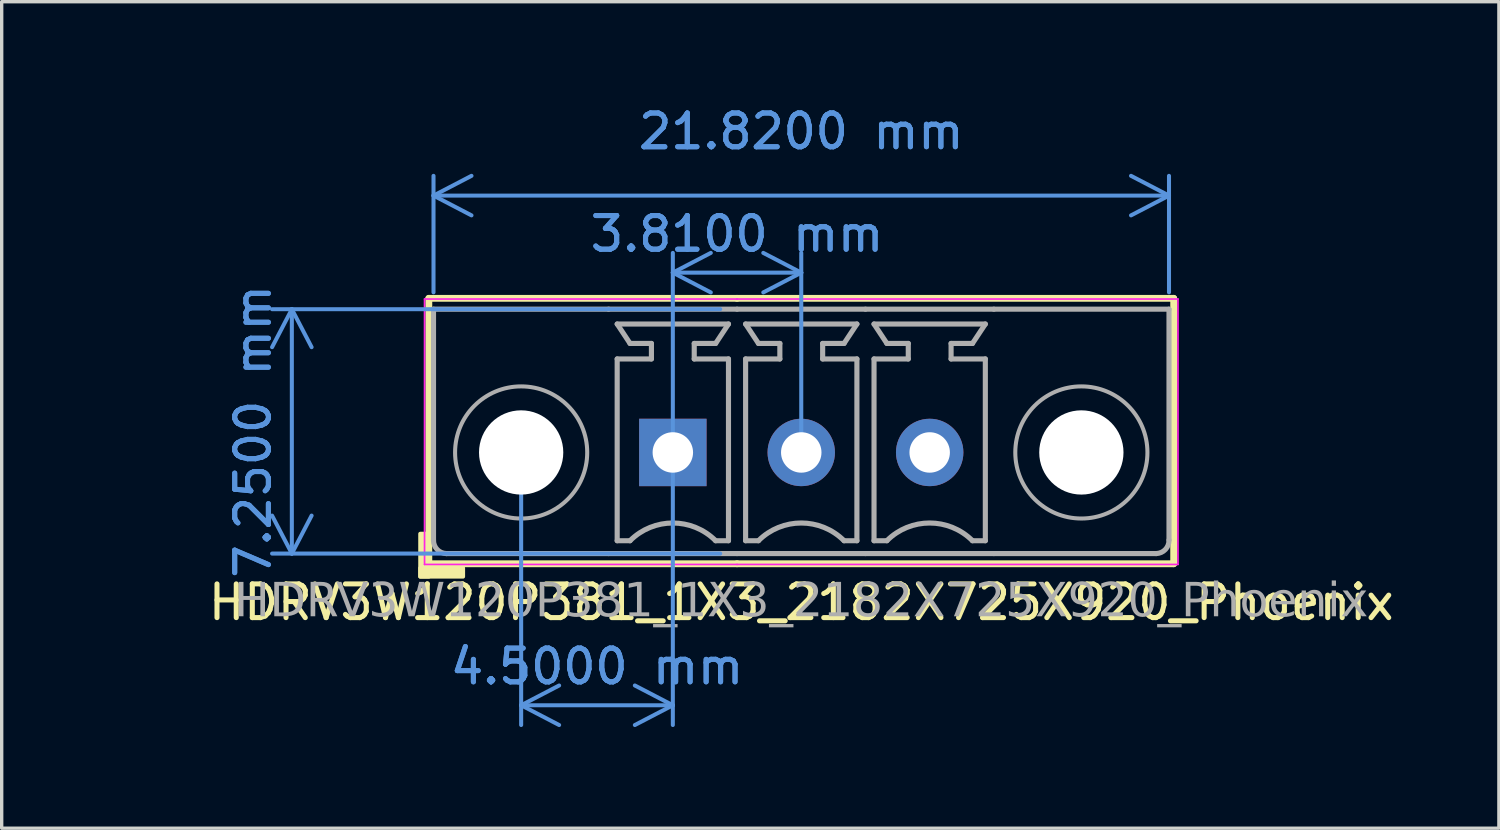
<source format=kicad_pcb>
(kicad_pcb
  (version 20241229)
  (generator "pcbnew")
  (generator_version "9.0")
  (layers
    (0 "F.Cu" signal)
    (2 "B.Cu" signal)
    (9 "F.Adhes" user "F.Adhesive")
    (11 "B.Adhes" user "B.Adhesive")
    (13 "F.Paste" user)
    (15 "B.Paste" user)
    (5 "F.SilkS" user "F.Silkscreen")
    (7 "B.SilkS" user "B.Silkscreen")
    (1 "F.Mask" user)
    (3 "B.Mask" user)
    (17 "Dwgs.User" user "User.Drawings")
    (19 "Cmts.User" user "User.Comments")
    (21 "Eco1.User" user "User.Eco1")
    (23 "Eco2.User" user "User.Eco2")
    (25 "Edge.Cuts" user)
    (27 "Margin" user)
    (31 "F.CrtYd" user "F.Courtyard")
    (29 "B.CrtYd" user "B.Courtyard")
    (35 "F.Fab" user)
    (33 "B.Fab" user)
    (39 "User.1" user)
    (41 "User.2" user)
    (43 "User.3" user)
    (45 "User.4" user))
  (footprint "HDRV3W120P381_1X3_2182X725X920_Phoenix"
    (layer "F.Cu")
    (at 20.721 10.373)
    (property "Reference" "HDRV3W120P381_1X3_2182X725X920_Phoenix" (at 0 4.445 0) (layer "F.SilkS") (effects (font (size 1 1) (thickness 0.15))))
    (attr through_hole)
    (fp_line (start -11.049 -4.572) (end -11.049 3.302) (stroke (width 0.203) (type solid)) (layer "F.SilkS"))
    (fp_line (start -11.049 3.302) (end -1.905 3.302) (stroke (width 0.203) (type solid)) (layer "F.SilkS"))
    (fp_line (start -1.905 -4.572) (end -11.049 -4.572) (stroke (width 0.203) (type solid)) (layer "F.SilkS"))
    (fp_line (start -1.905 -4.572) (end 11.049 -4.572) (stroke (width 0.203) (type solid)) (layer "F.SilkS"))
    (fp_line (start 11.049 -4.572) (end 11.049 3.302) (stroke (width 0.203) (type solid)) (layer "F.SilkS"))
    (fp_line (start 11.049 3.302) (end -1.905 3.302) (stroke (width 0.203) (type solid)) (layer "F.SilkS"))
    (fp_rect (start -11.049 2.413) (end -11.303 3.683) (stroke (width 0.12) (type solid)) (fill yes) (layer "F.SilkS"))
    (fp_rect (start -10.033 3.683) (end -11.303 3.429) (stroke (width 0.12) (type solid)) (fill yes) (layer "F.SilkS"))
    (fp_line (start -11.176 3.322) (end -11.176 -4.552) (stroke (width 0.05) (type solid)) (layer "F.CrtYd"))
    (fp_line (start -1.905 -4.552) (end -11.176 -4.552) (stroke (width 0.05) (type solid)) (layer "F.CrtYd"))
    (fp_line (start -1.905 -4.552) (end 11.176 -4.552) (stroke (width 0.05) (type solid)) (layer "F.CrtYd"))
    (fp_line (start -1.905 3.322) (end -11.176 3.322) (stroke (width 0.05) (type solid)) (layer "F.CrtYd"))
    (fp_line (start -1.905 3.322) (end 11.176 3.322) (stroke (width 0.05) (type solid)) (layer "F.CrtYd"))
    (fp_line (start 11.176 3.322) (end 11.176 -4.552) (stroke (width 0.05) (type solid)) (layer "F.CrtYd"))
    (fp_line (start -10.91 -4.25) (end -10.91 2.6) (stroke (width 0.152) (type solid)) (layer "F.Fab"))
    (fp_line (start -10.91 -4.25) (end -5.715 -4.25) (stroke (width 0.152) (type solid)) (layer "F.Fab"))
    (fp_line (start -5.715 3) (end -10.529 3) (stroke (width 0.152) (type solid)) (layer "F.Fab"))
    (fp_line (start -5.461 -3.81) (end -2.159 -3.81) (stroke (width 0.152) (type default)) (layer "F.Fab"))
    (fp_line (start -5.461 -2.774) (end -4.445 -2.774) (stroke (width 0.152) (type default)) (layer "F.Fab"))
    (fp_line (start -5.461 2.619) (end -5.461 -2.774) (stroke (width 0.152) (type default)) (layer "F.Fab"))
    (fp_line (start -5.08 -3.234) (end -5.461 -3.81) (stroke (width 0.152) (type default)) (layer "F.Fab"))
    (fp_line (start -5.08 2.619) (end -5.461 2.619) (stroke (width 0.152) (type default)) (layer "F.Fab"))
    (fp_line (start -4.445 -3.234) (end -5.08 -3.234) (stroke (width 0.152) (type default)) (layer "F.Fab"))
    (fp_line (start -4.445 -2.774) (end -4.445 -3.234) (stroke (width 0.152) (type default)) (layer "F.Fab"))
    (fp_line (start -3.175 -3.234) (end -2.54 -3.234) (stroke (width 0.152) (type default)) (layer "F.Fab"))
    (fp_line (start -3.175 -2.774) (end -3.175 -3.234) (stroke (width 0.152) (type default)) (layer "F.Fab"))
    (fp_line (start -2.54 -3.234) (end -2.159 -3.81) (stroke (width 0.152) (type default)) (layer "F.Fab"))
    (fp_line (start -2.54 2.619) (end -2.159 2.619) (stroke (width 0.152) (type default)) (layer "F.Fab"))
    (fp_line (start -2.159 -2.774) (end -3.175 -2.774) (stroke (width 0.152) (type default)) (layer "F.Fab"))
    (fp_line (start -2.159 2.619) (end -2.159 -2.774) (stroke (width 0.152) (type default)) (layer "F.Fab"))
    (fp_line (start -1.905 -4.25) (end -5.715 -4.25) (stroke (width 0.152) (type solid)) (layer "F.Fab"))
    (fp_line (start -1.905 -4.25) (end 1.905 -4.25) (stroke (width 0.152) (type solid)) (layer "F.Fab"))
    (fp_line (start -1.905 3) (end -5.715 3) (stroke (width 0.152) (type solid)) (layer "F.Fab"))
    (fp_line (start -1.905 3) (end 1.905 3) (stroke (width 0.152) (type solid)) (layer "F.Fab"))
    (fp_line (start -1.651 -2.774) (end -0.635 -2.774) (stroke (width 0.152) (type default)) (layer "F.Fab"))
    (fp_line (start -1.651 2.619) (end -1.651 -2.774) (stroke (width 0.152) (type default)) (layer "F.Fab"))
    (fp_line (start -1.27 -3.234) (end -1.651 -3.81) (stroke (width 0.152) (type default)) (layer "F.Fab"))
    (fp_line (start -1.27 2.619) (end -1.651 2.619) (stroke (width 0.152) (type default)) (layer "F.Fab"))
    (fp_line (start -0.635 -3.234) (end -1.27 -3.234) (stroke (width 0.152) (type default)) (layer "F.Fab"))
    (fp_line (start -0.635 -2.774) (end -0.635 -3.234) (stroke (width 0.152) (type default)) (layer "F.Fab"))
    (fp_line (start 0.635 -3.234) (end 1.27 -3.234) (stroke (width 0.152) (type default)) (layer "F.Fab"))
    (fp_line (start 0.635 -2.774) (end 0.635 -3.234) (stroke (width 0.152) (type default)) (layer "F.Fab"))
    (fp_line (start 1.27 -3.234) (end 1.651 -3.81) (stroke (width 0.152) (type default)) (layer "F.Fab"))
    (fp_line (start 1.27 2.619) (end 1.651 2.619) (stroke (width 0.152) (type default)) (layer "F.Fab"))
    (fp_line (start 1.651 -3.81) (end -1.651 -3.81) (stroke (width 0.152) (type default)) (layer "F.Fab"))
    (fp_line (start 1.651 -2.774) (end 0.635 -2.774) (stroke (width 0.152) (type default)) (layer "F.Fab"))
    (fp_line (start 1.651 2.619) (end 1.651 -2.774) (stroke (width 0.152) (type default)) (layer "F.Fab"))
    (fp_line (start 1.905 -4.25) (end 5.715 -4.25) (stroke (width 0.152) (type solid)) (layer "F.Fab"))
    (fp_line (start 1.905 3) (end 5.715 3) (stroke (width 0.152) (type solid)) (layer "F.Fab"))
    (fp_line (start 2.159 -2.774) (end 3.175 -2.774) (stroke (width 0.152) (type default)) (layer "F.Fab"))
    (fp_line (start 2.159 2.619) (end 2.159 -2.774) (stroke (width 0.152) (type default)) (layer "F.Fab"))
    (fp_line (start 2.54 -3.234) (end 2.159 -3.81) (stroke (width 0.152) (type default)) (layer "F.Fab"))
    (fp_line (start 2.54 2.619) (end 2.159 2.619) (stroke (width 0.152) (type default)) (layer "F.Fab"))
    (fp_line (start 3.175 -3.234) (end 2.54 -3.234) (stroke (width 0.152) (type default)) (layer "F.Fab"))
    (fp_line (start 3.175 -2.774) (end 3.175 -3.234) (stroke (width 0.152) (type default)) (layer "F.Fab"))
    (fp_line (start 4.445 -3.234) (end 5.08 -3.234) (stroke (width 0.152) (type default)) (layer "F.Fab"))
    (fp_line (start 4.445 -2.774) (end 4.445 -3.234) (stroke (width 0.152) (type default)) (layer "F.Fab"))
    (fp_line (start 5.08 -3.234) (end 5.461 -3.81) (stroke (width 0.152) (type default)) (layer "F.Fab"))
    (fp_line (start 5.08 2.619) (end 5.461 2.619) (stroke (width 0.152) (type default)) (layer "F.Fab"))
    (fp_line (start 5.461 -3.81) (end 2.159 -3.81) (stroke (width 0.152) (type default)) (layer "F.Fab"))
    (fp_line (start 5.461 -2.774) (end 4.445 -2.774) (stroke (width 0.152) (type default)) (layer "F.Fab"))
    (fp_line (start 5.461 2.619) (end 5.461 -2.774) (stroke (width 0.152) (type default)) (layer "F.Fab"))
    (fp_line (start 5.715 3) (end 10.529 3) (stroke (width 0.152) (type solid)) (layer "F.Fab"))
    (fp_line (start 10.91 -4.25) (end 5.715 -4.25) (stroke (width 0.152) (type solid)) (layer "F.Fab"))
    (fp_line (start 10.91 -4.25) (end 10.91 2.6) (stroke (width 0.152) (type solid)) (layer "F.Fab"))
    (fp_rect (start -4.064 -0.254) (end -3.556 0.254) (stroke (width 0.152) (type solid)) (fill no) (layer "F.Fab"))
    (fp_rect (start 0.254 -0.254) (end -0.254 0.254) (stroke (width 0.152) (type solid)) (fill no) (layer "F.Fab"))
    (fp_rect (start 4.064 -0.254) (end 3.556 0.254) (stroke (width 0.152) (type solid)) (fill no) (layer "F.Fab"))
    (fp_arc (start -10.529 3) (mid -10.802342 2.878907) (end -10.91 2.6) (stroke (width 0.1524) (type solid)) (layer "F.Fab"))
    (fp_arc (start -5.08 2.619) (mid -3.81 2.092948) (end -2.54 2.619) (stroke (width 0.1524) (type default)) (layer "F.Fab"))
    (fp_arc (start -1.27 2.619) (mid 0 2.092948) (end 1.27 2.619) (stroke (width 0.1524) (type default)) (layer "F.Fab"))
    (fp_arc (start 2.54 2.619) (mid 3.81 2.092948) (end 5.08 2.619) (stroke (width 0.1524) (type default)) (layer "F.Fab"))
    (fp_arc (start 10.91 2.6) (mid 10.802343 2.878908) (end 10.529 3) (stroke (width 0.1524) (type solid)) (layer "F.Fab"))
    (fp_circle (center -8.31 0) (end -6.35 0) (stroke (width 0.12) (type default)) (fill no) (layer "F.Fab"))
    (fp_circle (center 8.31 0) (end 6.35 0) (stroke (width 0.12) (type default)) (fill no) (layer "F.Fab"))
    (fp_text user "${REFERENCE}" (at 0 4.445 0) (layer "F.Fab") (effects (font (face "Tahoma") (size 1 1) (thickness 0.15))))
    (dimension (type aligned) (layer "Cmts.User") (pts (xy 18.816 13.373) (xy 18.816 6.123)) (height -13.208) (format (prefix "") (suffix "") (units 3) (units_format 1) (precision 4)) (style (thickness 0.12) (arrow_length 1.27) (text_position_mode 0) (arrow_direction outward) (extension_height 0.586) (extension_offset 0.5) (keep_text_aligned yes)) (gr_text "7.2500 mm" (at 4.458 9.748 90) (layer "Cmts.User") (effects (font (size 1 1) (thickness 0.15)))))
    (dimension (type aligned) (layer "Cmts.User") (pts (xy 16.911 10.373) (xy 12.411 10.373)) (height -7.5) (format (prefix "") (suffix "") (units 3) (units_format 1) (precision 4)) (style (thickness 0.12) (arrow_length 1.27) (text_position_mode 0) (arrow_direction outward) (extension_height 0.586) (extension_offset 0.5) (keep_text_aligned yes)) (gr_text "4.5000 mm" (at 14.661 16.723 0) (layer "Cmts.User") (effects (font (size 1 1) (thickness 0.15)))))
    (dimension (type aligned) (layer "Cmts.User") (pts (xy 16.911 10.373) (xy 20.721 10.373)) (height -5.334) (format (prefix "") (suffix "") (units 3) (units_format 1) (precision 4)) (style (thickness 0.12) (arrow_length 1.27) (text_position_mode 0) (arrow_direction outward) (extension_height 0.586) (extension_offset 0.5) (keep_text_aligned yes)) (gr_text "3.8100 mm" (at 18.816 3.889 0) (layer "Cmts.User") (effects (font (size 1 1) (thickness 0.15)))))
    (dimension (type aligned) (layer "Cmts.User") (pts (xy 9.811 6.123) (xy 31.631 6.123)) (height -3.37) (format (prefix "") (suffix "") (units 3) (units_format 1) (precision 4)) (style (thickness 0.12) (arrow_length 1.27) (text_position_mode 2) (arrow_direction outward) (extension_height 0.586) (extension_offset 0.5) (keep_text_aligned yes)) (gr_text "21.8200 mm" (at 20.721 0.848 0) (layer "Cmts.User") (effects (font (size 1 1) (thickness 0.15)))))
    (pad "" np_thru_hole circle (at -8.31 0) (size 2.5 2.5) (drill 2.5) (layers "*.Cu" "*.Mask"))
    (pad "" np_thru_hole circle (at 8.31 0) (size 2.5 2.5) (drill 2.5) (layers "*.Cu" "*.Mask"))
    (pad "1" thru_hole rect (at -3.81 0) (size 2 2) (drill 1.2) (layers "*.Cu" "*.Mask"))
    (pad "2" thru_hole circle (at 0 0) (size 2 2) (drill 1.2) (layers "*.Cu" "*.Mask"))
    (pad "3" thru_hole circle (at 3.81 0) (size 2 2) (drill 1.2) (layers "*.Cu" "*.Mask")))
  (gr_rect
    (start -3 -3)
    (end 41.418 21.52)
    (stroke (width 0.1) (type default))
    (fill no)
    (layer "Edge.Cuts")))
</source>
